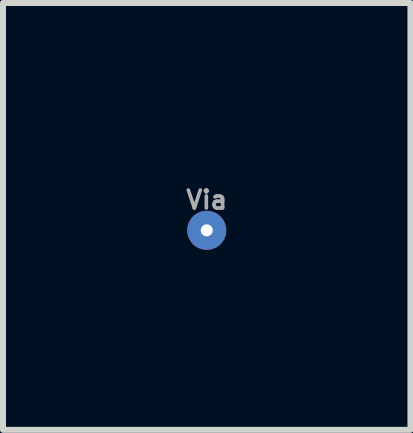
<source format=kicad_pcb>
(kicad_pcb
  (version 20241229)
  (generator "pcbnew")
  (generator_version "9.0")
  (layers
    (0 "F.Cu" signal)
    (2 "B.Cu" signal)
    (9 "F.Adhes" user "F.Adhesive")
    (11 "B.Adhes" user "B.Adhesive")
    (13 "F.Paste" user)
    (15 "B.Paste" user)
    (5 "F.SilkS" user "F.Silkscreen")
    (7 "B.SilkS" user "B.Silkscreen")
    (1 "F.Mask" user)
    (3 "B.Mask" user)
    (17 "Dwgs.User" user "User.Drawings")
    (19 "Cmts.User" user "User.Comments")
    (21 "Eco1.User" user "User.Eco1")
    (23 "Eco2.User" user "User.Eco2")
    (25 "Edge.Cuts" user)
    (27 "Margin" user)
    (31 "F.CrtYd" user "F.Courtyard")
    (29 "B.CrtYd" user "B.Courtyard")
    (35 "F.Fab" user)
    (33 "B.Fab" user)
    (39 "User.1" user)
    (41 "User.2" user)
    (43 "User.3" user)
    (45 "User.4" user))
  (footprint "Via"
    (layer "F.Cu")
    (at 0.396 0.789)
    (property "Reference" "Via" (at 0 -0.508 0) (layer "F.Fab") (effects (font (size 0.3 0.3) (thickness 0.06))))
    (attr through_hole)
    (pad "1" thru_hole circle (at 0 0) (size 0.65 0.65) (drill 0.2) (layers "*.Cu" "*.Mask")))
  (gr_rect
    (start -3 -3)
    (end 3.791 4.114)
    (stroke (width 0.1) (type default))
    (fill no)
    (layer "Edge.Cuts")))
</source>
